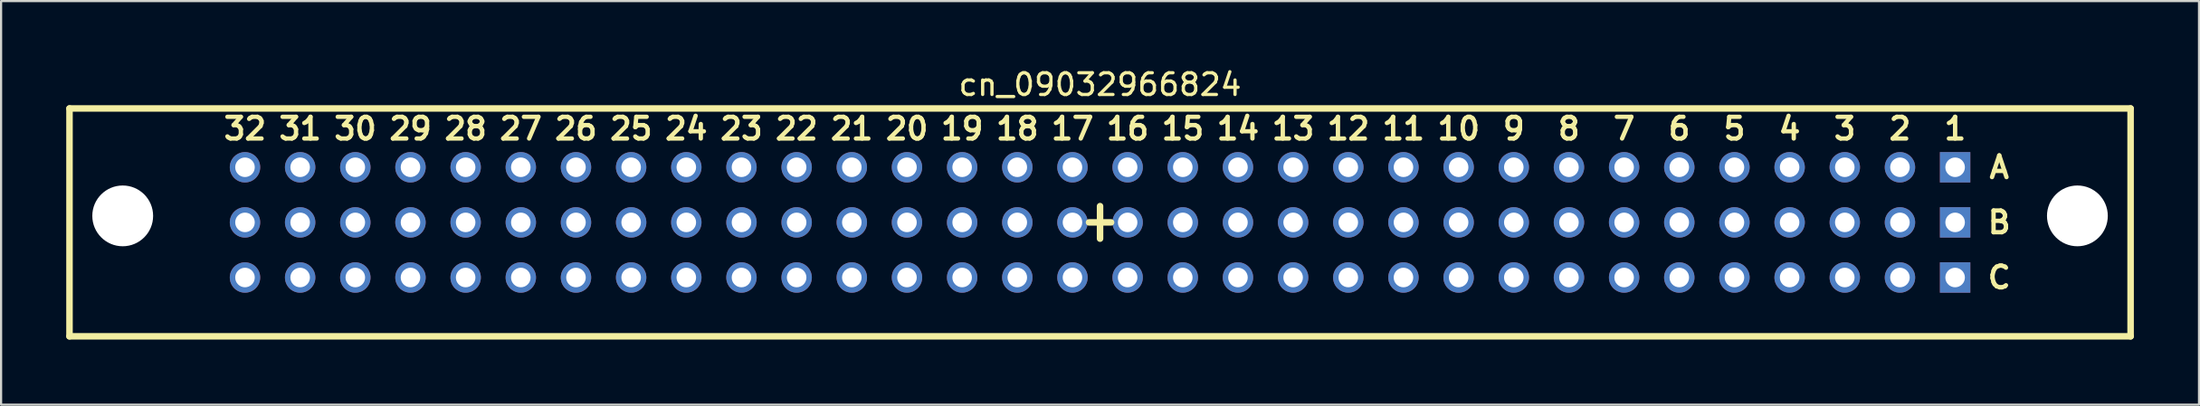
<source format=kicad_pcb>
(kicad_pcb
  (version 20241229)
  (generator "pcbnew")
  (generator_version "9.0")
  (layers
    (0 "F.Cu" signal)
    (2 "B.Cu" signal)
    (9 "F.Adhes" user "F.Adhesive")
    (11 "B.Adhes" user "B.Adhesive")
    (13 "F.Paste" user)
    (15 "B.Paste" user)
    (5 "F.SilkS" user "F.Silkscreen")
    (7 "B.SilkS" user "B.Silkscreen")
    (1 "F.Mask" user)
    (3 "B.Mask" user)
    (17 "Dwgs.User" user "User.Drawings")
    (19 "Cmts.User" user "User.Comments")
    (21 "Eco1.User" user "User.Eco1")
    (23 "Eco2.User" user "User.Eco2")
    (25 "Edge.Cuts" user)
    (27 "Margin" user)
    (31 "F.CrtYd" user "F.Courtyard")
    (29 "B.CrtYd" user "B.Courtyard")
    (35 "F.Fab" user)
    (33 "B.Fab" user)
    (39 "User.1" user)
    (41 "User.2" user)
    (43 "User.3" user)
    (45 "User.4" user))
  (footprint "cn_09032966824"
    (layer "F.Cu")
    (at 47.6 7.198)
    (property "Reference" "cn_09032966824" (at 0 -6.35 0) (layer "F.SilkS") (effects (font (size 1 1) (thickness 0.15))))
    (attr through_hole)
    (fp_line (start -47.45 -5.25) (end -47.45 5.25) (stroke (width 0.3) (type solid)) (layer "F.SilkS"))
    (fp_line (start -47.45 5.25) (end 47.45 5.25) (stroke (width 0.3) (type solid)) (layer "F.SilkS"))
    (fp_line (start -0.508 0) (end 0.508 0) (stroke (width 0.3) (type solid)) (layer "F.SilkS"))
    (fp_line (start 0 0.75) (end 0 -0.75) (stroke (width 0.3) (type solid)) (layer "F.SilkS"))
    (fp_line (start 47.45 -5.25) (end -47.45 -5.25) (stroke (width 0.3) (type solid)) (layer "F.SilkS"))
    (fp_line (start 47.45 5.25) (end 47.45 -5.25) (stroke (width 0.3) (type solid)) (layer "F.SilkS"))
    (fp_text user "17" (at -1.27 -4.318 0) (layer "F.SilkS") (effects (font (size 1 1) (thickness 0.2))))
    (fp_text user "8" (at 21.59 -4.318 0) (layer "F.SilkS") (effects (font (size 1 1) (thickness 0.2))))
    (fp_text user "4" (at 31.75 -4.318 0) (layer "F.SilkS") (effects (font (size 1 1) (thickness 0.2))))
    (fp_text user "31" (at -36.83 -4.318 0) (layer "F.SilkS") (effects (font (size 1 1) (thickness 0.2))))
    (fp_text user "24" (at -19.05 -4.318 0) (layer "F.SilkS") (effects (font (size 1 1) (thickness 0.2))))
    (fp_text user "5" (at 29.21 -4.318 0) (layer "F.SilkS") (effects (font (size 1 1) (thickness 0.2))))
    (fp_text user "18" (at -3.81 -4.318 0) (layer "F.SilkS") (effects (font (size 1 1) (thickness 0.2))))
    (fp_text user "16" (at 1.27 -4.318 0) (layer "F.SilkS") (effects (font (size 1 1) (thickness 0.2))))
    (fp_text user "22" (at -13.97 -4.318 0) (layer "F.SilkS") (effects (font (size 1 1) (thickness 0.2))))
    (fp_text user "10" (at 16.51 -4.318 0) (layer "F.SilkS") (effects (font (size 1 1) (thickness 0.2))))
    (fp_text user "7" (at 24.13 -4.318 0) (layer "F.SilkS") (effects (font (size 1 1) (thickness 0.2))))
    (fp_text user "A" (at 41.402 -2.54 0) (layer "F.SilkS") (effects (font (size 1 1) (thickness 0.2))))
    (fp_text user "21" (at -11.43 -4.318 0) (layer "F.SilkS") (effects (font (size 1 1) (thickness 0.2))))
    (fp_text user "27" (at -26.67 -4.318 0) (layer "F.SilkS") (effects (font (size 1 1) (thickness 0.2))))
    (fp_text user "23" (at -16.51 -4.318 0) (layer "F.SilkS") (effects (font (size 1 1) (thickness 0.2))))
    (fp_text user "B" (at 41.402 0 0) (layer "F.SilkS") (effects (font (size 1 1) (thickness 0.2))))
    (fp_text user "14" (at 6.35 -4.318 0) (layer "F.SilkS") (effects (font (size 1 1) (thickness 0.2))))
    (fp_text user "19" (at -6.35 -4.318 0) (layer "F.SilkS") (effects (font (size 1 1) (thickness 0.2))))
    (fp_text user "13" (at 8.89 -4.318 0) (layer "F.SilkS") (effects (font (size 1 1) (thickness 0.2))))
    (fp_text user "29" (at -31.75 -4.318 0) (layer "F.SilkS") (effects (font (size 1 1) (thickness 0.2))))
    (fp_text user "20" (at -8.89 -4.318 0) (layer "F.SilkS") (effects (font (size 1 1) (thickness 0.2))))
    (fp_text user "30" (at -34.29 -4.318 0) (layer "F.SilkS") (effects (font (size 1 1) (thickness 0.2))))
    (fp_text user "6" (at 26.67 -4.318 0) (layer "F.SilkS") (effects (font (size 1 1) (thickness 0.2))))
    (fp_text user "C" (at 41.402 2.54 0) (layer "F.SilkS") (effects (font (size 1 1) (thickness 0.2))))
    (fp_text user "3" (at 34.29 -4.318 0) (layer "F.SilkS") (effects (font (size 1 1) (thickness 0.2))))
    (fp_text user "15" (at 3.81 -4.318 0) (layer "F.SilkS") (effects (font (size 1 1) (thickness 0.2))))
    (fp_text user "9" (at 19.05 -4.318 0) (layer "F.SilkS") (effects (font (size 1 1) (thickness 0.2))))
    (fp_text user "25" (at -21.59 -4.318 0) (layer "F.SilkS") (effects (font (size 1 1) (thickness 0.2))))
    (fp_text user "1" (at 39.37 -4.318 0) (layer "F.SilkS") (effects (font (size 1 1) (thickness 0.2))))
    (fp_text user "12" (at 11.43 -4.318 0) (layer "F.SilkS") (effects (font (size 1 1) (thickness 0.2))))
    (fp_text user "11" (at 13.97 -4.318 0) (layer "F.SilkS") (effects (font (size 1 1) (thickness 0.2))))
    (fp_text user "2" (at 36.83 -4.318 0) (layer "F.SilkS") (effects (font (size 1 1) (thickness 0.2))))
    (fp_text user "28" (at -29.21 -4.318 0) (layer "F.SilkS") (effects (font (size 1 1) (thickness 0.2))))
    (fp_text user "32" (at -39.37 -4.318 0) (layer "F.SilkS") (effects (font (size 1 1) (thickness 0.2))))
    (fp_text user "26" (at -24.13 -4.318 0) (layer "F.SilkS") (effects (font (size 1 1) (thickness 0.2))))
    (pad "" np_thru_hole circle (at -45 -0.3) (size 2.8 2.8) (drill 2.8) (layers "*.Cu" "*.Mask"))
    (pad "" np_thru_hole circle (at 45 -0.3) (size 2.8 2.8) (drill 2.8) (layers "*.Cu" "*.Mask"))
    (pad "1A" thru_hole rect (at 39.37 -2.54) (size 1.4 1.4) (drill 0.9) (layers "*.Cu" "*.Mask"))
    (pad "1B" thru_hole rect (at 39.37 0) (size 1.4 1.4) (drill 0.9) (layers "*.Cu" "*.Mask"))
    (pad "1C" thru_hole rect (at 39.37 2.54) (size 1.4 1.4) (drill 0.9) (layers "*.Cu" "*.Mask"))
    (pad "2A" thru_hole circle (at 36.83 -2.54) (size 1.4 1.4) (drill 0.9) (layers "*.Cu" "*.Mask"))
    (pad "2B" thru_hole circle (at 36.83 0) (size 1.4 1.4) (drill 0.9) (layers "*.Cu" "*.Mask"))
    (pad "2C" thru_hole circle (at 36.83 2.54) (size 1.4 1.4) (drill 0.9) (layers "*.Cu" "*.Mask"))
    (pad "3A" thru_hole circle (at 34.29 -2.54) (size 1.4 1.4) (drill 0.9) (layers "*.Cu" "*.Mask"))
    (pad "3B" thru_hole circle (at 34.29 0) (size 1.4 1.4) (drill 0.9) (layers "*.Cu" "*.Mask"))
    (pad "3C" thru_hole circle (at 34.29 2.54) (size 1.4 1.4) (drill 0.9) (layers "*.Cu" "*.Mask"))
    (pad "4A" thru_hole circle (at 31.75 -2.54) (size 1.4 1.4) (drill 0.9) (layers "*.Cu" "*.Mask"))
    (pad "4B" thru_hole circle (at 31.75 0) (size 1.4 1.4) (drill 0.9) (layers "*.Cu" "*.Mask"))
    (pad "4C" thru_hole circle (at 31.75 2.54) (size 1.4 1.4) (drill 0.9) (layers "*.Cu" "*.Mask"))
    (pad "5A" thru_hole circle (at 29.21 -2.54) (size 1.4 1.4) (drill 0.9) (layers "*.Cu" "*.Mask"))
    (pad "5B" thru_hole circle (at 29.21 0) (size 1.4 1.4) (drill 0.9) (layers "*.Cu" "*.Mask"))
    (pad "5C" thru_hole circle (at 29.21 2.54) (size 1.4 1.4) (drill 0.9) (layers "*.Cu" "*.Mask"))
    (pad "6A" thru_hole circle (at 26.67 -2.54) (size 1.4 1.4) (drill 0.9) (layers "*.Cu" "*.Mask"))
    (pad "6B" thru_hole circle (at 26.67 0) (size 1.4 1.4) (drill 0.9) (layers "*.Cu" "*.Mask"))
    (pad "6C" thru_hole circle (at 26.67 2.54) (size 1.4 1.4) (drill 0.9) (layers "*.Cu" "*.Mask"))
    (pad "7A" thru_hole circle (at 24.13 -2.54) (size 1.4 1.4) (drill 0.9) (layers "*.Cu" "*.Mask"))
    (pad "7B" thru_hole circle (at 24.13 0) (size 1.4 1.4) (drill 0.9) (layers "*.Cu" "*.Mask"))
    (pad "7C" thru_hole circle (at 24.13 2.54) (size 1.4 1.4) (drill 0.9) (layers "*.Cu" "*.Mask"))
    (pad "8A" thru_hole circle (at 21.59 -2.54) (size 1.4 1.4) (drill 0.9) (layers "*.Cu" "*.Mask"))
    (pad "8B" thru_hole circle (at 21.59 0) (size 1.4 1.4) (drill 0.9) (layers "*.Cu" "*.Mask"))
    (pad "8C" thru_hole circle (at 21.59 2.54) (size 1.4 1.4) (drill 0.9) (layers "*.Cu" "*.Mask"))
    (pad "9A" thru_hole circle (at 19.05 -2.54) (size 1.4 1.4) (drill 0.9) (layers "*.Cu" "*.Mask"))
    (pad "9B" thru_hole circle (at 19.05 0) (size 1.4 1.4) (drill 0.9) (layers "*.Cu" "*.Mask"))
    (pad "9C" thru_hole circle (at 19.05 2.54) (size 1.4 1.4) (drill 0.9) (layers "*.Cu" "*.Mask"))
    (pad "10A" thru_hole circle (at 16.51 -2.54) (size 1.4 1.4) (drill 0.9) (layers "*.Cu" "*.Mask"))
    (pad "10B" thru_hole circle (at 16.51 0) (size 1.4 1.4) (drill 0.9) (layers "*.Cu" "*.Mask"))
    (pad "10C" thru_hole circle (at 16.51 2.54) (size 1.4 1.4) (drill 0.9) (layers "*.Cu" "*.Mask"))
    (pad "11A" thru_hole circle (at 13.97 -2.54) (size 1.4 1.4) (drill 0.9) (layers "*.Cu" "*.Mask"))
    (pad "11B" thru_hole circle (at 13.97 0) (size 1.4 1.4) (drill 0.9) (layers "*.Cu" "*.Mask"))
    (pad "11C" thru_hole circle (at 13.97 2.54) (size 1.4 1.4) (drill 0.9) (layers "*.Cu" "*.Mask"))
    (pad "12A" thru_hole circle (at 11.43 -2.54) (size 1.4 1.4) (drill 0.9) (layers "*.Cu" "*.Mask"))
    (pad "12B" thru_hole circle (at 11.43 0) (size 1.4 1.4) (drill 0.9) (layers "*.Cu" "*.Mask"))
    (pad "12C" thru_hole circle (at 11.43 2.54) (size 1.4 1.4) (drill 0.9) (layers "*.Cu" "*.Mask"))
    (pad "13A" thru_hole circle (at 8.89 -2.54) (size 1.4 1.4) (drill 0.9) (layers "*.Cu" "*.Mask"))
    (pad "13B" thru_hole circle (at 8.89 0) (size 1.4 1.4) (drill 0.9) (layers "*.Cu" "*.Mask"))
    (pad "13C" thru_hole circle (at 8.89 2.54) (size 1.4 1.4) (drill 0.9) (layers "*.Cu" "*.Mask"))
    (pad "14A" thru_hole circle (at 6.35 -2.54) (size 1.4 1.4) (drill 0.9) (layers "*.Cu" "*.Mask"))
    (pad "14B" thru_hole circle (at 6.35 0) (size 1.4 1.4) (drill 0.9) (layers "*.Cu" "*.Mask"))
    (pad "14C" thru_hole circle (at 6.35 2.54) (size 1.4 1.4) (drill 0.9) (layers "*.Cu" "*.Mask"))
    (pad "15A" thru_hole circle (at 3.81 -2.54) (size 1.4 1.4) (drill 0.9) (layers "*.Cu" "*.Mask"))
    (pad "15B" thru_hole circle (at 3.81 0) (size 1.4 1.4) (drill 0.9) (layers "*.Cu" "*.Mask"))
    (pad "15C" thru_hole circle (at 3.81 2.54) (size 1.4 1.4) (drill 0.9) (layers "*.Cu" "*.Mask"))
    (pad "16A" thru_hole circle (at 1.27 -2.54) (size 1.4 1.4) (drill 0.9) (layers "*.Cu" "*.Mask"))
    (pad "16B" thru_hole circle (at 1.27 0) (size 1.4 1.4) (drill 0.9) (layers "*.Cu" "*.Mask"))
    (pad "16C" thru_hole circle (at 1.27 2.54) (size 1.4 1.4) (drill 0.9) (layers "*.Cu" "*.Mask"))
    (pad "17A" thru_hole circle (at -1.27 -2.54) (size 1.4 1.4) (drill 0.9) (layers "*.Cu" "*.Mask"))
    (pad "17B" thru_hole circle (at -1.27 0) (size 1.4 1.4) (drill 0.9) (layers "*.Cu" "*.Mask"))
    (pad "17C" thru_hole circle (at -1.27 2.54) (size 1.4 1.4) (drill 0.9) (layers "*.Cu" "*.Mask"))
    (pad "18A" thru_hole circle (at -3.81 -2.54) (size 1.4 1.4) (drill 0.9) (layers "*.Cu" "*.Mask"))
    (pad "18B" thru_hole circle (at -3.81 0) (size 1.4 1.4) (drill 0.9) (layers "*.Cu" "*.Mask"))
    (pad "18C" thru_hole circle (at -3.81 2.54) (size 1.4 1.4) (drill 0.9) (layers "*.Cu" "*.Mask"))
    (pad "19A" thru_hole circle (at -6.35 -2.54) (size 1.4 1.4) (drill 0.9) (layers "*.Cu" "*.Mask"))
    (pad "19B" thru_hole circle (at -6.35 0) (size 1.4 1.4) (drill 0.9) (layers "*.Cu" "*.Mask"))
    (pad "19C" thru_hole circle (at -6.35 2.54) (size 1.4 1.4) (drill 0.9) (layers "*.Cu" "*.Mask"))
    (pad "20A" thru_hole circle (at -8.89 -2.54) (size 1.4 1.4) (drill 0.9) (layers "*.Cu" "*.Mask"))
    (pad "20B" thru_hole circle (at -8.89 0) (size 1.4 1.4) (drill 0.9) (layers "*.Cu" "*.Mask"))
    (pad "20C" thru_hole circle (at -8.89 2.54) (size 1.4 1.4) (drill 0.9) (layers "*.Cu" "*.Mask"))
    (pad "21A" thru_hole circle (at -11.43 -2.54) (size 1.4 1.4) (drill 0.9) (layers "*.Cu" "*.Mask"))
    (pad "21B" thru_hole circle (at -11.43 0) (size 1.4 1.4) (drill 0.9) (layers "*.Cu" "*.Mask"))
    (pad "21C" thru_hole circle (at -11.43 2.54) (size 1.4 1.4) (drill 0.9) (layers "*.Cu" "*.Mask"))
    (pad "22A" thru_hole circle (at -13.97 -2.54) (size 1.4 1.4) (drill 0.9) (layers "*.Cu" "*.Mask"))
    (pad "22B" thru_hole circle (at -13.97 0) (size 1.4 1.4) (drill 0.9) (layers "*.Cu" "*.Mask"))
    (pad "22C" thru_hole circle (at -13.97 2.54) (size 1.4 1.4) (drill 0.9) (layers "*.Cu" "*.Mask"))
    (pad "23A" thru_hole circle (at -16.51 -2.54) (size 1.4 1.4) (drill 0.9) (layers "*.Cu" "*.Mask"))
    (pad "23B" thru_hole circle (at -16.51 0) (size 1.4 1.4) (drill 0.9) (layers "*.Cu" "*.Mask"))
    (pad "23C" thru_hole circle (at -16.51 2.54) (size 1.4 1.4) (drill 0.9) (layers "*.Cu" "*.Mask"))
    (pad "24A" thru_hole circle (at -19.05 -2.54) (size 1.4 1.4) (drill 0.9) (layers "*.Cu" "*.Mask"))
    (pad "24B" thru_hole circle (at -19.05 0) (size 1.4 1.4) (drill 0.9) (layers "*.Cu" "*.Mask"))
    (pad "24C" thru_hole circle (at -19.05 2.54) (size 1.4 1.4) (drill 0.9) (layers "*.Cu" "*.Mask"))
    (pad "25A" thru_hole circle (at -21.59 -2.54) (size 1.4 1.4) (drill 0.9) (layers "*.Cu" "*.Mask"))
    (pad "25B" thru_hole circle (at -21.59 0) (size 1.4 1.4) (drill 0.9) (layers "*.Cu" "*.Mask"))
    (pad "25C" thru_hole circle (at -21.59 2.54) (size 1.4 1.4) (drill 0.9) (layers "*.Cu" "*.Mask"))
    (pad "26A" thru_hole circle (at -24.13 -2.54) (size 1.4 1.4) (drill 0.9) (layers "*.Cu" "*.Mask"))
    (pad "26B" thru_hole circle (at -24.13 0) (size 1.4 1.4) (drill 0.9) (layers "*.Cu" "*.Mask"))
    (pad "26C" thru_hole circle (at -24.13 2.54) (size 1.4 1.4) (drill 0.9) (layers "*.Cu" "*.Mask"))
    (pad "27A" thru_hole circle (at -26.67 -2.54) (size 1.4 1.4) (drill 0.9) (layers "*.Cu" "*.Mask"))
    (pad "27B" thru_hole circle (at -26.67 0) (size 1.4 1.4) (drill 0.9) (layers "*.Cu" "*.Mask"))
    (pad "27C" thru_hole circle (at -26.67 2.54) (size 1.4 1.4) (drill 0.9) (layers "*.Cu" "*.Mask"))
    (pad "28A" thru_hole circle (at -29.21 -2.54) (size 1.4 1.4) (drill 0.9) (layers "*.Cu" "*.Mask"))
    (pad "28B" thru_hole circle (at -29.21 0) (size 1.4 1.4) (drill 0.9) (layers "*.Cu" "*.Mask"))
    (pad "28C" thru_hole circle (at -29.21 2.54) (size 1.4 1.4) (drill 0.9) (layers "*.Cu" "*.Mask"))
    (pad "29A" thru_hole circle (at -31.75 -2.54) (size 1.4 1.4) (drill 0.9) (layers "*.Cu" "*.Mask"))
    (pad "29B" thru_hole circle (at -31.75 0) (size 1.4 1.4) (drill 0.9) (layers "*.Cu" "*.Mask"))
    (pad "29C" thru_hole circle (at -31.75 2.54) (size 1.4 1.4) (drill 0.9) (layers "*.Cu" "*.Mask"))
    (pad "30A" thru_hole circle (at -34.29 -2.54) (size 1.4 1.4) (drill 0.9) (layers "*.Cu" "*.Mask"))
    (pad "30B" thru_hole circle (at -34.29 0) (size 1.4 1.4) (drill 0.9) (layers "*.Cu" "*.Mask"))
    (pad "30C" thru_hole circle (at -34.29 2.54) (size 1.4 1.4) (drill 0.9) (layers "*.Cu" "*.Mask"))
    (pad "31A" thru_hole circle (at -36.83 -2.54) (size 1.4 1.4) (drill 0.9) (layers "*.Cu" "*.Mask"))
    (pad "31B" thru_hole circle (at -36.83 0) (size 1.4 1.4) (drill 0.9) (layers "*.Cu" "*.Mask"))
    (pad "31C" thru_hole circle (at -36.83 2.54) (size 1.4 1.4) (drill 0.9) (layers "*.Cu" "*.Mask"))
    (pad "32A" thru_hole circle (at -39.37 -2.54) (size 1.4 1.4) (drill 0.9) (layers "*.Cu" "*.Mask"))
    (pad "32B" thru_hole circle (at -39.37 0) (size 1.4 1.4) (drill 0.9) (layers "*.Cu" "*.Mask"))
    (pad "32C" thru_hole circle (at -39.37 2.54) (size 1.4 1.4) (drill 0.9) (layers "*.Cu" "*.Mask")))
  (gr_rect
    (start -3 -3)
    (end 98.2 15.598)
    (stroke (width 0.1) (type default))
    (fill no)
    (layer "Edge.Cuts")))
</source>
